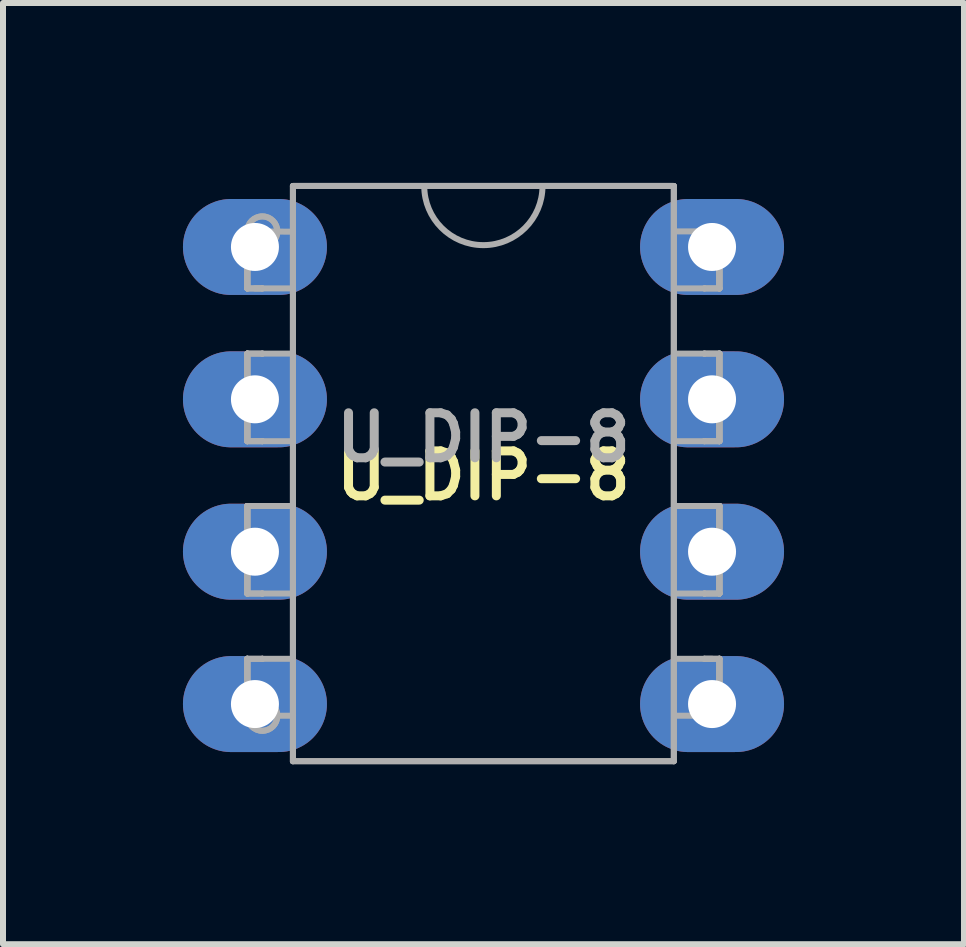
<source format=kicad_pcb>
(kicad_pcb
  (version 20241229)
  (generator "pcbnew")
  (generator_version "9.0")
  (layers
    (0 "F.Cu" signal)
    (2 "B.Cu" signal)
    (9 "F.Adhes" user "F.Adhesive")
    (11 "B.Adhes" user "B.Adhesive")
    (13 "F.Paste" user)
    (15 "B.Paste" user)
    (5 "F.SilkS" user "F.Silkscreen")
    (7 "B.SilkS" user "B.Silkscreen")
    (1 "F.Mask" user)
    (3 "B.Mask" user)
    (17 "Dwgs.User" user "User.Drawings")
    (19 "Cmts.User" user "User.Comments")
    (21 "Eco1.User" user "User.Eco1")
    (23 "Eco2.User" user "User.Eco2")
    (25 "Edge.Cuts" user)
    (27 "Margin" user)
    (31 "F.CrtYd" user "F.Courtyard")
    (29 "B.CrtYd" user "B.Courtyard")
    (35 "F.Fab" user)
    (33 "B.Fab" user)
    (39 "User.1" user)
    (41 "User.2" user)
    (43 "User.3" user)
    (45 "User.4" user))
  (footprint "U_DIP-8"
    (layer "F.Cu")
    (at 5.01 4.877)
    (property "Reference" "U_DIP-8" (at 0 0 0) (layer "F.SilkS") (effects (font (size 0.75 0.75) (thickness 0.15))))
    (attr through_hole)
    (fp_line (start -3.937 -4.069) (end -3.937 -4.069) (stroke (width 0.1) (type solid)) (layer "F.Fab"))
    (fp_line (start -3.937 -4.069) (end -3.937 -4.069) (stroke (width 0.1) (type solid)) (layer "F.Fab"))
    (fp_line (start -3.937 -4.069) (end -3.937 -3.956) (stroke (width 0.1) (type solid)) (layer "F.Fab"))
    (fp_line (start -3.937 -4.069) (end -3.937 -3.956) (stroke (width 0.1) (type solid)) (layer "F.Fab"))
    (fp_line (start -3.937 -4.069) (end -3.937 -3.119) (stroke (width 0.1) (type solid)) (layer "F.Fab"))
    (fp_line (start -3.937 -4.069) (end -3.937 -3.119) (stroke (width 0.1) (type solid)) (layer "F.Fab"))
    (fp_line (start -3.937 -3.956) (end -3.937 -3.728) (stroke (width 0.1) (type solid)) (layer "F.Fab"))
    (fp_line (start -3.937 -3.956) (end -3.937 -3.728) (stroke (width 0.1) (type solid)) (layer "F.Fab"))
    (fp_line (start -3.937 -3.728) (end -3.937 -3.615) (stroke (width 0.1) (type solid)) (layer "F.Fab"))
    (fp_line (start -3.937 -3.728) (end -3.937 -3.615) (stroke (width 0.1) (type solid)) (layer "F.Fab"))
    (fp_line (start -3.937 -3.615) (end -3.937 -3.615) (stroke (width 0.1) (type solid)) (layer "F.Fab"))
    (fp_line (start -3.937 -3.615) (end -3.937 -3.615) (stroke (width 0.1) (type solid)) (layer "F.Fab"))
    (fp_line (start -3.937 -3.615) (end -3.937 -3.119) (stroke (width 0.1) (type solid)) (layer "F.Fab"))
    (fp_line (start -3.937 -3.615) (end -3.937 -3.119) (stroke (width 0.1) (type solid)) (layer "F.Fab"))
    (fp_line (start -3.937 -3.119) (end -3.937 -3.119) (stroke (width 0.1) (type solid)) (layer "F.Fab"))
    (fp_line (start -3.937 -3.119) (end -3.937 -3.119) (stroke (width 0.1) (type solid)) (layer "F.Fab"))
    (fp_line (start -3.937 -2.032) (end -3.937 -2.032) (stroke (width 0.1) (type solid)) (layer "F.Fab"))
    (fp_line (start -3.937 -2.032) (end -3.937 -2.032) (stroke (width 0.1) (type solid)) (layer "F.Fab"))
    (fp_line (start -3.937 -2.032) (end -3.937 -0.572) (stroke (width 0.1) (type solid)) (layer "F.Fab"))
    (fp_line (start -3.937 -2.032) (end -3.937 -0.572) (stroke (width 0.1) (type solid)) (layer "F.Fab"))
    (fp_line (start -3.937 -1.53) (end -3.937 -2.032) (stroke (width 0.1) (type solid)) (layer "F.Fab"))
    (fp_line (start -3.937 -1.53) (end -3.937 -2.032) (stroke (width 0.1) (type solid)) (layer "F.Fab"))
    (fp_line (start -3.937 -1.53) (end -3.937 -1.53) (stroke (width 0.1) (type solid)) (layer "F.Fab"))
    (fp_line (start -3.937 -1.53) (end -3.937 -1.53) (stroke (width 0.1) (type solid)) (layer "F.Fab"))
    (fp_line (start -3.937 -1.53) (end -3.937 -1.416) (stroke (width 0.1) (type solid)) (layer "F.Fab"))
    (fp_line (start -3.937 -1.53) (end -3.937 -1.416) (stroke (width 0.1) (type solid)) (layer "F.Fab"))
    (fp_line (start -3.937 -1.416) (end -3.937 -1.188) (stroke (width 0.1) (type solid)) (layer "F.Fab"))
    (fp_line (start -3.937 -1.416) (end -3.937 -1.188) (stroke (width 0.1) (type solid)) (layer "F.Fab"))
    (fp_line (start -3.937 -1.188) (end -3.937 -1.075) (stroke (width 0.1) (type solid)) (layer "F.Fab"))
    (fp_line (start -3.937 -1.188) (end -3.937 -1.075) (stroke (width 0.1) (type solid)) (layer "F.Fab"))
    (fp_line (start -3.937 -1.075) (end -3.937 -1.075) (stroke (width 0.1) (type solid)) (layer "F.Fab"))
    (fp_line (start -3.937 -1.075) (end -3.937 -1.075) (stroke (width 0.1) (type solid)) (layer "F.Fab"))
    (fp_line (start -3.937 -1.075) (end -3.937 -0.572) (stroke (width 0.1) (type solid)) (layer "F.Fab"))
    (fp_line (start -3.937 -1.075) (end -3.937 -0.572) (stroke (width 0.1) (type solid)) (layer "F.Fab"))
    (fp_line (start -3.937 -0.572) (end -3.937 -0.572) (stroke (width 0.1) (type solid)) (layer "F.Fab"))
    (fp_line (start -3.937 -0.572) (end -3.937 -0.572) (stroke (width 0.1) (type solid)) (layer "F.Fab"))
    (fp_line (start -3.937 0.508) (end -3.937 0.508) (stroke (width 0.1) (type solid)) (layer "F.Fab"))
    (fp_line (start -3.937 0.508) (end -3.937 0.508) (stroke (width 0.1) (type solid)) (layer "F.Fab"))
    (fp_line (start -3.937 0.508) (end -3.937 1.968) (stroke (width 0.1) (type solid)) (layer "F.Fab"))
    (fp_line (start -3.937 0.508) (end -3.937 1.968) (stroke (width 0.1) (type solid)) (layer "F.Fab"))
    (fp_line (start -3.937 1.01) (end -3.937 0.508) (stroke (width 0.1) (type solid)) (layer "F.Fab"))
    (fp_line (start -3.937 1.01) (end -3.937 0.508) (stroke (width 0.1) (type solid)) (layer "F.Fab"))
    (fp_line (start -3.937 1.01) (end -3.937 1.01) (stroke (width 0.1) (type solid)) (layer "F.Fab"))
    (fp_line (start -3.937 1.01) (end -3.937 1.01) (stroke (width 0.1) (type solid)) (layer "F.Fab"))
    (fp_line (start -3.937 1.01) (end -3.937 1.124) (stroke (width 0.1) (type solid)) (layer "F.Fab"))
    (fp_line (start -3.937 1.01) (end -3.937 1.124) (stroke (width 0.1) (type solid)) (layer "F.Fab"))
    (fp_line (start -3.937 1.124) (end -3.937 1.352) (stroke (width 0.1) (type solid)) (layer "F.Fab"))
    (fp_line (start -3.937 1.124) (end -3.937 1.352) (stroke (width 0.1) (type solid)) (layer "F.Fab"))
    (fp_line (start -3.937 1.352) (end -3.937 1.466) (stroke (width 0.1) (type solid)) (layer "F.Fab"))
    (fp_line (start -3.937 1.352) (end -3.937 1.466) (stroke (width 0.1) (type solid)) (layer "F.Fab"))
    (fp_line (start -3.937 1.466) (end -3.937 1.466) (stroke (width 0.1) (type solid)) (layer "F.Fab"))
    (fp_line (start -3.937 1.466) (end -3.937 1.466) (stroke (width 0.1) (type solid)) (layer "F.Fab"))
    (fp_line (start -3.937 1.466) (end -3.937 1.968) (stroke (width 0.1) (type solid)) (layer "F.Fab"))
    (fp_line (start -3.937 1.466) (end -3.937 1.968) (stroke (width 0.1) (type solid)) (layer "F.Fab"))
    (fp_line (start -3.937 1.968) (end -3.937 1.968) (stroke (width 0.1) (type solid)) (layer "F.Fab"))
    (fp_line (start -3.937 1.968) (end -3.937 1.968) (stroke (width 0.1) (type solid)) (layer "F.Fab"))
    (fp_line (start -3.937 3.055) (end -3.937 3.055) (stroke (width 0.1) (type solid)) (layer "F.Fab"))
    (fp_line (start -3.937 3.055) (end -3.937 3.055) (stroke (width 0.1) (type solid)) (layer "F.Fab"))
    (fp_line (start -3.937 3.55) (end -3.937 3.055) (stroke (width 0.1) (type solid)) (layer "F.Fab"))
    (fp_line (start -3.937 3.55) (end -3.937 3.055) (stroke (width 0.1) (type solid)) (layer "F.Fab"))
    (fp_line (start -3.937 3.55) (end -3.937 3.55) (stroke (width 0.1) (type solid)) (layer "F.Fab"))
    (fp_line (start -3.937 3.55) (end -3.937 3.55) (stroke (width 0.1) (type solid)) (layer "F.Fab"))
    (fp_line (start -3.937 3.664) (end -3.937 3.55) (stroke (width 0.1) (type solid)) (layer "F.Fab"))
    (fp_line (start -3.937 3.664) (end -3.937 3.55) (stroke (width 0.1) (type solid)) (layer "F.Fab"))
    (fp_line (start -3.937 3.892) (end -3.937 3.664) (stroke (width 0.1) (type solid)) (layer "F.Fab"))
    (fp_line (start -3.937 3.892) (end -3.937 3.664) (stroke (width 0.1) (type solid)) (layer "F.Fab"))
    (fp_line (start -3.937 4.005) (end -3.937 3.055) (stroke (width 0.1) (type solid)) (layer "F.Fab"))
    (fp_line (start -3.937 4.005) (end -3.937 3.055) (stroke (width 0.1) (type solid)) (layer "F.Fab"))
    (fp_line (start -3.937 4.005) (end -3.937 3.892) (stroke (width 0.1) (type solid)) (layer "F.Fab"))
    (fp_line (start -3.937 4.005) (end -3.937 3.892) (stroke (width 0.1) (type solid)) (layer "F.Fab"))
    (fp_line (start -3.937 4.005) (end -3.937 4.005) (stroke (width 0.1) (type solid)) (layer "F.Fab"))
    (fp_line (start -3.937 4.005) (end -3.937 4.005) (stroke (width 0.1) (type solid)) (layer "F.Fab"))
    (fp_line (start -3.81 -3.119) (end -3.175 -3.119) (stroke (width 0.1) (type solid)) (layer "F.Fab"))
    (fp_line (start -3.687 -4.069) (end -3.937 -4.069) (stroke (width 0.1) (type solid)) (layer "F.Fab"))
    (fp_line (start -3.687 -4.069) (end -3.937 -4.069) (stroke (width 0.1) (type solid)) (layer "F.Fab"))
    (fp_line (start -3.687 -4.069) (end -3.175 -4.064) (stroke (width 0.1) (type solid)) (layer "F.Fab"))
    (fp_line (start -3.687 -3.119) (end -3.937 -3.119) (stroke (width 0.1) (type solid)) (layer "F.Fab"))
    (fp_line (start -3.687 -3.119) (end -3.937 -3.119) (stroke (width 0.1) (type solid)) (layer "F.Fab"))
    (fp_line (start -3.687 -3.119) (end -3.687 -3.119) (stroke (width 0.1) (type solid)) (layer "F.Fab"))
    (fp_line (start -3.687 -3.119) (end -3.687 -3.119) (stroke (width 0.1) (type solid)) (layer "F.Fab"))
    (fp_line (start -3.687 -2.032) (end -3.937 -2.032) (stroke (width 0.1) (type solid)) (layer "F.Fab"))
    (fp_line (start -3.687 -2.032) (end -3.937 -2.032) (stroke (width 0.1) (type solid)) (layer "F.Fab"))
    (fp_line (start -3.687 -2.032) (end -3.687 -2.032) (stroke (width 0.1) (type solid)) (layer "F.Fab"))
    (fp_line (start -3.687 -2.032) (end -3.687 -2.032) (stroke (width 0.1) (type solid)) (layer "F.Fab"))
    (fp_line (start -3.687 -2.032) (end -3.175 -2.032) (stroke (width 0.1) (type solid)) (layer "F.Fab"))
    (fp_line (start -3.687 -0.572) (end -3.937 -0.572) (stroke (width 0.1) (type solid)) (layer "F.Fab"))
    (fp_line (start -3.687 -0.572) (end -3.937 -0.572) (stroke (width 0.1) (type solid)) (layer "F.Fab"))
    (fp_line (start -3.687 -0.572) (end -3.687 -0.572) (stroke (width 0.1) (type solid)) (layer "F.Fab"))
    (fp_line (start -3.687 -0.572) (end -3.687 -0.572) (stroke (width 0.1) (type solid)) (layer "F.Fab"))
    (fp_line (start -3.687 -0.572) (end -3.175 -0.572) (stroke (width 0.1) (type solid)) (layer "F.Fab"))
    (fp_line (start -3.687 0.508) (end -3.937 0.508) (stroke (width 0.1) (type solid)) (layer "F.Fab"))
    (fp_line (start -3.687 0.508) (end -3.937 0.508) (stroke (width 0.1) (type solid)) (layer "F.Fab"))
    (fp_line (start -3.687 0.508) (end -3.687 0.508) (stroke (width 0.1) (type solid)) (layer "F.Fab"))
    (fp_line (start -3.687 0.508) (end -3.687 0.508) (stroke (width 0.1) (type solid)) (layer "F.Fab"))
    (fp_line (start -3.687 0.508) (end -3.175 0.508) (stroke (width 0.1) (type solid)) (layer "F.Fab"))
    (fp_line (start -3.687 1.968) (end -3.937 1.968) (stroke (width 0.1) (type solid)) (layer "F.Fab"))
    (fp_line (start -3.687 1.968) (end -3.937 1.968) (stroke (width 0.1) (type solid)) (layer "F.Fab"))
    (fp_line (start -3.687 1.968) (end -3.687 1.968) (stroke (width 0.1) (type solid)) (layer "F.Fab"))
    (fp_line (start -3.687 1.968) (end -3.687 1.968) (stroke (width 0.1) (type solid)) (layer "F.Fab"))
    (fp_line (start -3.687 1.968) (end -3.175 1.968) (stroke (width 0.1) (type solid)) (layer "F.Fab"))
    (fp_line (start -3.687 3.055) (end -3.937 3.055) (stroke (width 0.1) (type solid)) (layer "F.Fab"))
    (fp_line (start -3.687 3.055) (end -3.937 3.055) (stroke (width 0.1) (type solid)) (layer "F.Fab"))
    (fp_line (start -3.687 3.055) (end -3.687 3.055) (stroke (width 0.1) (type solid)) (layer "F.Fab"))
    (fp_line (start -3.687 3.055) (end -3.687 3.055) (stroke (width 0.1) (type solid)) (layer "F.Fab"))
    (fp_line (start -3.687 3.055) (end -3.175 3.055) (stroke (width 0.1) (type solid)) (layer "F.Fab"))
    (fp_line (start -3.687 4.005) (end -3.937 4.005) (stroke (width 0.1) (type solid)) (layer "F.Fab"))
    (fp_line (start -3.687 4.005) (end -3.937 4.005) (stroke (width 0.1) (type solid)) (layer "F.Fab"))
    (fp_line (start -3.687 4.005) (end -3.687 4.005) (stroke (width 0.1) (type solid)) (layer "F.Fab"))
    (fp_line (start -3.687 4.005) (end -3.687 4.005) (stroke (width 0.1) (type solid)) (layer "F.Fab"))
    (fp_line (start -3.687 4.005) (end -3.175 4.005) (stroke (width 0.1) (type solid)) (layer "F.Fab"))
    (fp_line (start -3.177 -4.827) (end -3.177 4.763) (stroke (width 0.1) (type solid)) (layer "F.Fab"))
    (fp_line (start -3.177 -4.827) (end -3.177 4.763) (stroke (width 0.1) (type solid)) (layer "F.Fab"))
    (fp_line (start -3.177 4.763) (end 3.173 4.763) (stroke (width 0.1) (type solid)) (layer "F.Fab"))
    (fp_line (start -3.177 4.763) (end 3.173 4.763) (stroke (width 0.1) (type solid)) (layer "F.Fab"))
    (fp_line (start 3.173 -4.827) (end -3.177 -4.827) (stroke (width 0.1) (type solid)) (layer "F.Fab"))
    (fp_line (start 3.173 -4.827) (end -3.177 -4.827) (stroke (width 0.1) (type solid)) (layer "F.Fab"))
    (fp_line (start 3.173 4.763) (end 3.173 -4.827) (stroke (width 0.1) (type solid)) (layer "F.Fab"))
    (fp_line (start 3.173 4.763) (end 3.173 -4.827) (stroke (width 0.1) (type solid)) (layer "F.Fab"))
    (fp_line (start 3.175 -3.119) (end 3.933 -3.119) (stroke (width 0.1) (type solid)) (layer "F.Fab"))
    (fp_line (start 3.175 -0.572) (end 3.683 -0.572) (stroke (width 0.1) (type solid)) (layer "F.Fab"))
    (fp_line (start 3.175 3.055) (end 3.81 3.055) (stroke (width 0.1) (type solid)) (layer "F.Fab"))
    (fp_line (start 3.683 -4.069) (end 3.683 -4.069) (stroke (width 0.1) (type solid)) (layer "F.Fab"))
    (fp_line (start 3.683 -4.069) (end 3.683 -4.069) (stroke (width 0.1) (type solid)) (layer "F.Fab"))
    (fp_line (start 3.683 -4.069) (end 3.933 -4.069) (stroke (width 0.1) (type solid)) (layer "F.Fab"))
    (fp_line (start 3.683 -4.069) (end 3.933 -4.069) (stroke (width 0.1) (type solid)) (layer "F.Fab"))
    (fp_line (start 3.683 -3.119) (end 3.683 -3.119) (stroke (width 0.1) (type solid)) (layer "F.Fab"))
    (fp_line (start 3.683 -3.119) (end 3.683 -3.119) (stroke (width 0.1) (type solid)) (layer "F.Fab"))
    (fp_line (start 3.683 -3.119) (end 3.933 -3.119) (stroke (width 0.1) (type solid)) (layer "F.Fab"))
    (fp_line (start 3.683 -2.032) (end 3.175 -2.032) (stroke (width 0.1) (type solid)) (layer "F.Fab"))
    (fp_line (start 3.683 -2.032) (end 3.683 -2.032) (stroke (width 0.1) (type solid)) (layer "F.Fab"))
    (fp_line (start 3.683 -2.032) (end 3.683 -2.032) (stroke (width 0.1) (type solid)) (layer "F.Fab"))
    (fp_line (start 3.683 -2.032) (end 3.933 -2.032) (stroke (width 0.1) (type solid)) (layer "F.Fab"))
    (fp_line (start 3.683 -2.032) (end 3.933 -2.032) (stroke (width 0.1) (type solid)) (layer "F.Fab"))
    (fp_line (start 3.683 -0.572) (end 3.683 -0.572) (stroke (width 0.1) (type solid)) (layer "F.Fab"))
    (fp_line (start 3.683 -0.572) (end 3.683 -0.572) (stroke (width 0.1) (type solid)) (layer "F.Fab"))
    (fp_line (start 3.683 -0.572) (end 3.933 -0.572) (stroke (width 0.1) (type solid)) (layer "F.Fab"))
    (fp_line (start 3.683 -0.572) (end 3.933 -0.572) (stroke (width 0.1) (type solid)) (layer "F.Fab"))
    (fp_line (start 3.683 0.508) (end 3.175 0.508) (stroke (width 0.1) (type solid)) (layer "F.Fab"))
    (fp_line (start 3.683 0.508) (end 3.683 0.508) (stroke (width 0.1) (type solid)) (layer "F.Fab"))
    (fp_line (start 3.683 0.508) (end 3.683 0.508) (stroke (width 0.1) (type solid)) (layer "F.Fab"))
    (fp_line (start 3.683 0.508) (end 3.933 0.508) (stroke (width 0.1) (type solid)) (layer "F.Fab"))
    (fp_line (start 3.683 0.508) (end 3.933 0.508) (stroke (width 0.1) (type solid)) (layer "F.Fab"))
    (fp_line (start 3.683 1.968) (end 3.175 1.968) (stroke (width 0.1) (type solid)) (layer "F.Fab"))
    (fp_line (start 3.683 1.968) (end 3.683 1.968) (stroke (width 0.1) (type solid)) (layer "F.Fab"))
    (fp_line (start 3.683 1.968) (end 3.683 1.968) (stroke (width 0.1) (type solid)) (layer "F.Fab"))
    (fp_line (start 3.683 1.968) (end 3.933 1.968) (stroke (width 0.1) (type solid)) (layer "F.Fab"))
    (fp_line (start 3.683 1.968) (end 3.933 1.968) (stroke (width 0.1) (type solid)) (layer "F.Fab"))
    (fp_line (start 3.683 3.055) (end 3.683 3.055) (stroke (width 0.1) (type solid)) (layer "F.Fab"))
    (fp_line (start 3.683 3.055) (end 3.683 3.055) (stroke (width 0.1) (type solid)) (layer "F.Fab"))
    (fp_line (start 3.683 3.055) (end 3.933 3.055) (stroke (width 0.1) (type solid)) (layer "F.Fab"))
    (fp_line (start 3.683 3.055) (end 3.933 3.055) (stroke (width 0.1) (type solid)) (layer "F.Fab"))
    (fp_line (start 3.683 4.005) (end 3.175 4.005) (stroke (width 0.1) (type solid)) (layer "F.Fab"))
    (fp_line (start 3.683 4.005) (end 3.683 4.005) (stroke (width 0.1) (type solid)) (layer "F.Fab"))
    (fp_line (start 3.683 4.005) (end 3.683 4.005) (stroke (width 0.1) (type solid)) (layer "F.Fab"))
    (fp_line (start 3.683 4.005) (end 3.933 4.005) (stroke (width 0.1) (type solid)) (layer "F.Fab"))
    (fp_line (start 3.683 4.005) (end 3.933 4.005) (stroke (width 0.1) (type solid)) (layer "F.Fab"))
    (fp_line (start 3.81 -4.069) (end 3.175 -4.069) (stroke (width 0.1) (type solid)) (layer "F.Fab"))
    (fp_line (start 3.933 -4.069) (end 3.933 -4.069) (stroke (width 0.1) (type solid)) (layer "F.Fab"))
    (fp_line (start 3.933 -4.069) (end 3.933 -4.069) (stroke (width 0.1) (type solid)) (layer "F.Fab"))
    (fp_line (start 3.933 -4.069) (end 3.933 -3.956) (stroke (width 0.1) (type solid)) (layer "F.Fab"))
    (fp_line (start 3.933 -4.069) (end 3.933 -3.956) (stroke (width 0.1) (type solid)) (layer "F.Fab"))
    (fp_line (start 3.933 -4.069) (end 3.933 -3.119) (stroke (width 0.1) (type solid)) (layer "F.Fab"))
    (fp_line (start 3.933 -4.069) (end 3.933 -3.119) (stroke (width 0.1) (type solid)) (layer "F.Fab"))
    (fp_line (start 3.933 -3.956) (end 3.933 -3.728) (stroke (width 0.1) (type solid)) (layer "F.Fab"))
    (fp_line (start 3.933 -3.956) (end 3.933 -3.728) (stroke (width 0.1) (type solid)) (layer "F.Fab"))
    (fp_line (start 3.933 -3.728) (end 3.933 -3.615) (stroke (width 0.1) (type solid)) (layer "F.Fab"))
    (fp_line (start 3.933 -3.728) (end 3.933 -3.615) (stroke (width 0.1) (type solid)) (layer "F.Fab"))
    (fp_line (start 3.933 -3.615) (end 3.933 -3.615) (stroke (width 0.1) (type solid)) (layer "F.Fab"))
    (fp_line (start 3.933 -3.615) (end 3.933 -3.615) (stroke (width 0.1) (type solid)) (layer "F.Fab"))
    (fp_line (start 3.933 -3.615) (end 3.933 -3.119) (stroke (width 0.1) (type solid)) (layer "F.Fab"))
    (fp_line (start 3.933 -3.615) (end 3.933 -3.119) (stroke (width 0.1) (type solid)) (layer "F.Fab"))
    (fp_line (start 3.933 -3.119) (end 3.933 -3.119) (stroke (width 0.1) (type solid)) (layer "F.Fab"))
    (fp_line (start 3.933 -3.119) (end 3.933 -3.119) (stroke (width 0.1) (type solid)) (layer "F.Fab"))
    (fp_line (start 3.933 -2.032) (end 3.933 -2.032) (stroke (width 0.1) (type solid)) (layer "F.Fab"))
    (fp_line (start 3.933 -2.032) (end 3.933 -2.032) (stroke (width 0.1) (type solid)) (layer "F.Fab"))
    (fp_line (start 3.933 -1.53) (end 3.933 -2.032) (stroke (width 0.1) (type solid)) (layer "F.Fab"))
    (fp_line (start 3.933 -1.53) (end 3.933 -2.032) (stroke (width 0.1) (type solid)) (layer "F.Fab"))
    (fp_line (start 3.933 -1.53) (end 3.933 -1.53) (stroke (width 0.1) (type solid)) (layer "F.Fab"))
    (fp_line (start 3.933 -1.53) (end 3.933 -1.53) (stroke (width 0.1) (type solid)) (layer "F.Fab"))
    (fp_line (start 3.933 -1.416) (end 3.933 -1.53) (stroke (width 0.1) (type solid)) (layer "F.Fab"))
    (fp_line (start 3.933 -1.416) (end 3.933 -1.53) (stroke (width 0.1) (type solid)) (layer "F.Fab"))
    (fp_line (start 3.933 -1.188) (end 3.933 -1.416) (stroke (width 0.1) (type solid)) (layer "F.Fab"))
    (fp_line (start 3.933 -1.188) (end 3.933 -1.416) (stroke (width 0.1) (type solid)) (layer "F.Fab"))
    (fp_line (start 3.933 -1.075) (end 3.933 -1.188) (stroke (width 0.1) (type solid)) (layer "F.Fab"))
    (fp_line (start 3.933 -1.075) (end 3.933 -1.188) (stroke (width 0.1) (type solid)) (layer "F.Fab"))
    (fp_line (start 3.933 -1.075) (end 3.933 -1.075) (stroke (width 0.1) (type solid)) (layer "F.Fab"))
    (fp_line (start 3.933 -1.075) (end 3.933 -1.075) (stroke (width 0.1) (type solid)) (layer "F.Fab"))
    (fp_line (start 3.933 -1.075) (end 3.933 -0.572) (stroke (width 0.1) (type solid)) (layer "F.Fab"))
    (fp_line (start 3.933 -1.075) (end 3.933 -0.572) (stroke (width 0.1) (type solid)) (layer "F.Fab"))
    (fp_line (start 3.933 -0.572) (end 3.933 -2.032) (stroke (width 0.1) (type solid)) (layer "F.Fab"))
    (fp_line (start 3.933 -0.572) (end 3.933 -2.032) (stroke (width 0.1) (type solid)) (layer "F.Fab"))
    (fp_line (start 3.933 -0.572) (end 3.933 -0.572) (stroke (width 0.1) (type solid)) (layer "F.Fab"))
    (fp_line (start 3.933 -0.572) (end 3.933 -0.572) (stroke (width 0.1) (type solid)) (layer "F.Fab"))
    (fp_line (start 3.933 0.508) (end 3.933 0.508) (stroke (width 0.1) (type solid)) (layer "F.Fab"))
    (fp_line (start 3.933 0.508) (end 3.933 0.508) (stroke (width 0.1) (type solid)) (layer "F.Fab"))
    (fp_line (start 3.933 1.01) (end 3.933 0.508) (stroke (width 0.1) (type solid)) (layer "F.Fab"))
    (fp_line (start 3.933 1.01) (end 3.933 0.508) (stroke (width 0.1) (type solid)) (layer "F.Fab"))
    (fp_line (start 3.933 1.01) (end 3.933 1.01) (stroke (width 0.1) (type solid)) (layer "F.Fab"))
    (fp_line (start 3.933 1.01) (end 3.933 1.01) (stroke (width 0.1) (type solid)) (layer "F.Fab"))
    (fp_line (start 3.933 1.124) (end 3.933 1.01) (stroke (width 0.1) (type solid)) (layer "F.Fab"))
    (fp_line (start 3.933 1.124) (end 3.933 1.01) (stroke (width 0.1) (type solid)) (layer "F.Fab"))
    (fp_line (start 3.933 1.352) (end 3.933 1.124) (stroke (width 0.1) (type solid)) (layer "F.Fab"))
    (fp_line (start 3.933 1.352) (end 3.933 1.124) (stroke (width 0.1) (type solid)) (layer "F.Fab"))
    (fp_line (start 3.933 1.466) (end 3.933 1.352) (stroke (width 0.1) (type solid)) (layer "F.Fab"))
    (fp_line (start 3.933 1.466) (end 3.933 1.352) (stroke (width 0.1) (type solid)) (layer "F.Fab"))
    (fp_line (start 3.933 1.466) (end 3.933 1.466) (stroke (width 0.1) (type solid)) (layer "F.Fab"))
    (fp_line (start 3.933 1.466) (end 3.933 1.466) (stroke (width 0.1) (type solid)) (layer "F.Fab"))
    (fp_line (start 3.933 1.466) (end 3.933 1.968) (stroke (width 0.1) (type solid)) (layer "F.Fab"))
    (fp_line (start 3.933 1.466) (end 3.933 1.968) (stroke (width 0.1) (type solid)) (layer "F.Fab"))
    (fp_line (start 3.933 1.968) (end 3.933 0.508) (stroke (width 0.1) (type solid)) (layer "F.Fab"))
    (fp_line (start 3.933 1.968) (end 3.933 0.508) (stroke (width 0.1) (type solid)) (layer "F.Fab"))
    (fp_line (start 3.933 1.968) (end 3.933 1.968) (stroke (width 0.1) (type solid)) (layer "F.Fab"))
    (fp_line (start 3.933 1.968) (end 3.933 1.968) (stroke (width 0.1) (type solid)) (layer "F.Fab"))
    (fp_line (start 3.933 3.055) (end 3.933 3.055) (stroke (width 0.1) (type solid)) (layer "F.Fab"))
    (fp_line (start 3.933 3.055) (end 3.933 3.055) (stroke (width 0.1) (type solid)) (layer "F.Fab"))
    (fp_line (start 3.933 3.55) (end 3.933 3.055) (stroke (width 0.1) (type solid)) (layer "F.Fab"))
    (fp_line (start 3.933 3.55) (end 3.933 3.055) (stroke (width 0.1) (type solid)) (layer "F.Fab"))
    (fp_line (start 3.933 3.55) (end 3.933 3.55) (stroke (width 0.1) (type solid)) (layer "F.Fab"))
    (fp_line (start 3.933 3.55) (end 3.933 3.55) (stroke (width 0.1) (type solid)) (layer "F.Fab"))
    (fp_line (start 3.933 3.664) (end 3.933 3.55) (stroke (width 0.1) (type solid)) (layer "F.Fab"))
    (fp_line (start 3.933 3.664) (end 3.933 3.55) (stroke (width 0.1) (type solid)) (layer "F.Fab"))
    (fp_line (start 3.933 3.892) (end 3.933 3.664) (stroke (width 0.1) (type solid)) (layer "F.Fab"))
    (fp_line (start 3.933 3.892) (end 3.933 3.664) (stroke (width 0.1) (type solid)) (layer "F.Fab"))
    (fp_line (start 3.933 4.005) (end 3.933 3.055) (stroke (width 0.1) (type solid)) (layer "F.Fab"))
    (fp_line (start 3.933 4.005) (end 3.933 3.055) (stroke (width 0.1) (type solid)) (layer "F.Fab"))
    (fp_line (start 3.933 4.005) (end 3.933 3.892) (stroke (width 0.1) (type solid)) (layer "F.Fab"))
    (fp_line (start 3.933 4.005) (end 3.933 3.892) (stroke (width 0.1) (type solid)) (layer "F.Fab"))
    (fp_line (start 3.933 4.005) (end 3.933 4.005) (stroke (width 0.1) (type solid)) (layer "F.Fab"))
    (fp_line (start 3.933 4.005) (end 3.933 4.005) (stroke (width 0.1) (type solid)) (layer "F.Fab"))
    (fp_arc (start -3.937 -4.069499) (mid -3.437 -4.069499) (end -3.937 -4.069499) (stroke (width 0.1) (type solid)) (layer "F.Fab"))
    (fp_arc (start -3.937 -4.069499) (mid -3.437 -4.069499) (end -3.937 -4.069499) (stroke (width 0.1) (type solid)) (layer "F.Fab"))
    (fp_arc (start -3.937 4.005499) (mid -3.437 4.005499) (end -3.937 4.005499) (stroke (width 0.1) (type solid)) (layer "F.Fab"))
    (fp_arc (start -3.937 4.005499) (mid -3.437 4.005499) (end -3.937 4.005499) (stroke (width 0.1) (type solid)) (layer "F.Fab"))
    (fp_arc (start 0.983575 -4.826) (mid -0.002 -3.841424) (end -0.987575 -4.826) (stroke (width 0.1) (type solid)) (layer "F.Fab"))
    (fp_text user "${REFERENCE}" (at 0 -0.635 0) (layer "F.Fab") (effects (font (size 0.75 0.75) (thickness 0.15))))
    (pad "" connect circle (at -3.81 -3.81) (size 0.8 0.8) (layers "F.Mask"))
    (pad "" connect circle (at -3.81 -1.27) (size 0.8 0.8) (layers "F.Mask"))
    (pad "" connect circle (at -3.81 1.27) (size 0.8 0.8) (layers "F.Mask"))
    (pad "" connect circle (at -3.81 3.81) (size 0.8 0.8) (layers "F.Mask"))
    (pad "" connect circle (at 3.81 -3.81) (size 0.8 0.8) (layers "F.Mask"))
    (pad "" connect circle (at 3.81 -1.27) (size 0.8 0.8) (layers "F.Mask"))
    (pad "" connect circle (at 3.81 1.27) (size 0.8 0.8) (layers "F.Mask"))
    (pad "" connect circle (at 3.81 3.81) (size 0.8 0.8) (layers "F.Mask"))
    (pad "1" thru_hole oval (at -3.81 -3.81) (size 2.4 1.6) (drill 0.8) (layers "B.Cu" "B.Mask"))
    (pad "2" thru_hole oval (at -3.81 -1.27) (size 2.4 1.6) (drill 0.8) (layers "B.Cu" "B.Mask"))
    (pad "3" thru_hole oval (at -3.81 1.27) (size 2.4 1.6) (drill 0.8) (layers "B.Cu" "B.Mask"))
    (pad "4" thru_hole oval (at -3.81 3.81) (size 2.4 1.6) (drill 0.8) (layers "B.Cu" "B.Mask"))
    (pad "5" thru_hole oval (at 3.81 3.81) (size 2.4 1.6) (drill 0.8) (layers "B.Cu" "B.Mask"))
    (pad "6" thru_hole oval (at 3.81 1.27) (size 2.4 1.6) (drill 0.8) (layers "B.Cu" "B.Mask"))
    (pad "7" thru_hole oval (at 3.81 -1.27) (size 2.4 1.6) (drill 0.8) (layers "B.Cu" "B.Mask"))
    (pad "8" thru_hole oval (at 3.81 -3.81) (size 2.4 1.6) (drill 0.8) (layers "B.Cu" "B.Mask")))
  (gr_rect
    (start -3 -3)
    (end 13.02 12.69)
    (stroke (width 0.1) (type default))
    (fill no)
    (layer "Edge.Cuts")))
</source>
